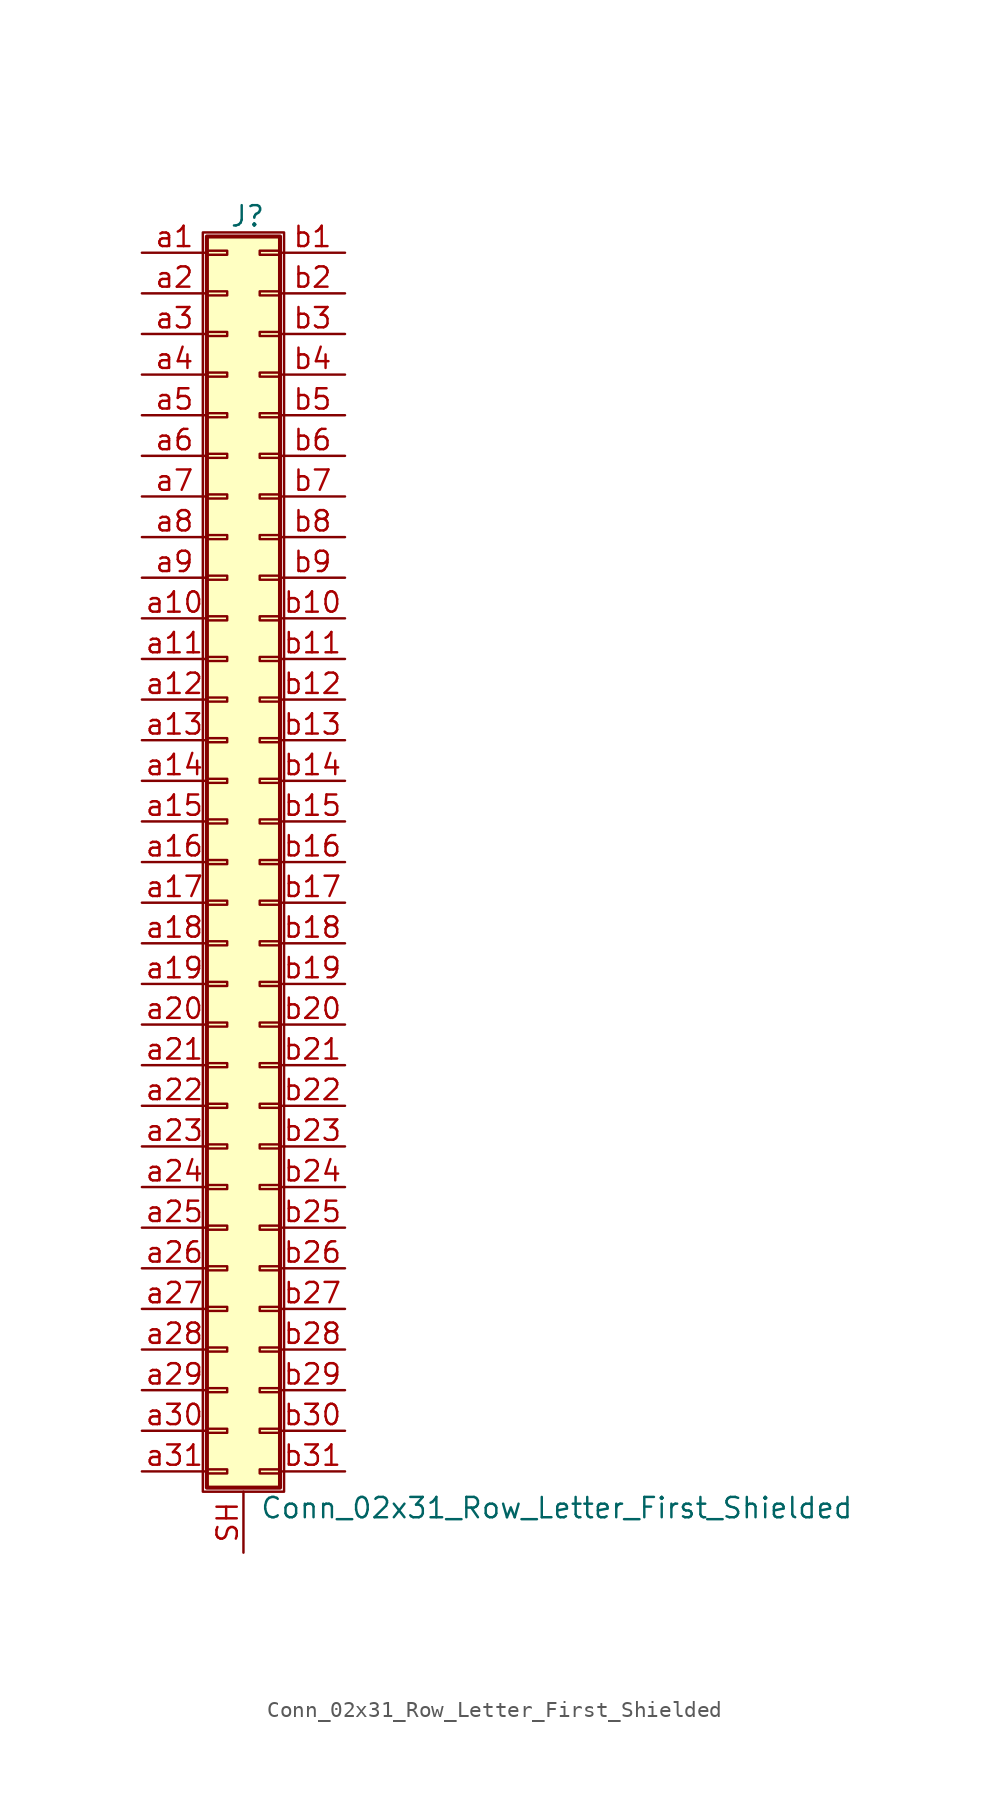
<source format=kicad_sym>
(kicad_symbol_lib
  (version 20201005)
  (generator kicad_symbol_editor)
  (symbol "Conn_02x31_Row_Letter_First_Shielded"
    (pin_names
      (offset 1.016) hide)
    (property "Reference" "J"
      (at 1.524 40.386 0)
      (effects (font (size 1.27 1.27))))
    (property "Value" "Conn_02x31_Row_Letter_First_Shielded"
      (at 2.286 -40.386 0)
      (effects (font (size 1.27 1.27)) (justify left)))
    (symbol "Conn_02x31_Row_Letter_First_Shielded_1_1"
      (rectangle (start -1.27 39.37) (end 3.81 -39.37) (stroke (width 0.152)) (fill (type none)))
      (rectangle (start -1.016 -37.973) (end 0.254 -38.227) (stroke (width 0.152)) (fill (type none)))
      (rectangle (start -1.016 -35.433) (end 0.254 -35.687) (stroke (width 0.152)) (fill (type none)))
      (rectangle (start -1.016 -32.893) (end 0.254 -33.147) (stroke (width 0.152)) (fill (type none)))
      (rectangle (start -1.016 -30.353) (end 0.254 -30.607) (stroke (width 0.152)) (fill (type none)))
      (rectangle (start -1.016 -27.813) (end 0.254 -28.067) (stroke (width 0.152)) (fill (type none)))
      (rectangle (start -1.016 -25.273) (end 0.254 -25.527) (stroke (width 0.152)) (fill (type none)))
      (rectangle (start -1.016 -22.733) (end 0.254 -22.987) (stroke (width 0.152)) (fill (type none)))
      (rectangle (start -1.016 -20.193) (end 0.254 -20.447) (stroke (width 0.152)) (fill (type none)))
      (rectangle (start -1.016 -17.653) (end 0.254 -17.907) (stroke (width 0.152)) (fill (type none)))
      (rectangle (start -1.016 -15.113) (end 0.254 -15.367) (stroke (width 0.152)) (fill (type none)))
      (rectangle (start -1.016 -12.573) (end 0.254 -12.827) (stroke (width 0.152)) (fill (type none)))
      (rectangle (start -1.016 -10.033) (end 0.254 -10.287) (stroke (width 0.152)) (fill (type none)))
      (rectangle (start -1.016 -7.493) (end 0.254 -7.747) (stroke (width 0.152)) (fill (type none)))
      (rectangle (start -1.016 -4.953) (end 0.254 -5.207) (stroke (width 0.152)) (fill (type none)))
      (rectangle (start -1.016 -2.413) (end 0.254 -2.667) (stroke (width 0.152)) (fill (type none)))
      (rectangle (start -1.016 0.127) (end 0.254 -0.127) (stroke (width 0.152)) (fill (type none)))
      (rectangle (start -1.016 2.667) (end 0.254 2.413) (stroke (width 0.152)) (fill (type none)))
      (rectangle (start -1.016 5.207) (end 0.254 4.953) (stroke (width 0.152)) (fill (type none)))
      (rectangle (start -1.016 7.747) (end 0.254 7.493) (stroke (width 0.152)) (fill (type none)))
      (rectangle (start -1.016 10.287) (end 0.254 10.033) (stroke (width 0.152)) (fill (type none)))
      (rectangle (start -1.016 12.827) (end 0.254 12.573) (stroke (width 0.152)) (fill (type none)))
      (rectangle (start -1.016 15.367) (end 0.254 15.113) (stroke (width 0.152)) (fill (type none)))
      (rectangle (start -1.016 17.907) (end 0.254 17.653) (stroke (width 0.152)) (fill (type none)))
      (rectangle (start -1.016 20.447) (end 0.254 20.193) (stroke (width 0.152)) (fill (type none)))
      (rectangle (start -1.016 22.987) (end 0.254 22.733) (stroke (width 0.152)) (fill (type none)))
      (rectangle (start -1.016 25.527) (end 0.254 25.273) (stroke (width 0.152)) (fill (type none)))
      (rectangle (start -1.016 28.067) (end 0.254 27.813) (stroke (width 0.152)) (fill (type none)))
      (rectangle (start -1.016 30.607) (end 0.254 30.353) (stroke (width 0.152)) (fill (type none)))
      (rectangle (start -1.016 33.147) (end 0.254 32.893) (stroke (width 0.152)) (fill (type none)))
      (rectangle (start -1.016 35.687) (end 0.254 35.433) (stroke (width 0.152)) (fill (type none)))
      (rectangle (start -1.016 38.227) (end 0.254 37.973) (stroke (width 0.152)) (fill (type none)))
      (rectangle (start -1.016 39.116) (end 3.556 -39.116) (stroke (width 0.254)) (fill (type background)))
      (rectangle (start 3.556 -37.973) (end 2.286 -38.227) (stroke (width 0.152)) (fill (type none)))
      (rectangle (start 3.556 -35.433) (end 2.286 -35.687) (stroke (width 0.152)) (fill (type none)))
      (rectangle (start 3.556 -32.893) (end 2.286 -33.147) (stroke (width 0.152)) (fill (type none)))
      (rectangle (start 3.556 -30.353) (end 2.286 -30.607) (stroke (width 0.152)) (fill (type none)))
      (rectangle (start 3.556 -27.813) (end 2.286 -28.067) (stroke (width 0.152)) (fill (type none)))
      (rectangle (start 3.556 -25.273) (end 2.286 -25.527) (stroke (width 0.152)) (fill (type none)))
      (rectangle (start 3.556 -22.733) (end 2.286 -22.987) (stroke (width 0.152)) (fill (type none)))
      (rectangle (start 3.556 -20.193) (end 2.286 -20.447) (stroke (width 0.152)) (fill (type none)))
      (rectangle (start 3.556 -17.653) (end 2.286 -17.907) (stroke (width 0.152)) (fill (type none)))
      (rectangle (start 3.556 -15.113) (end 2.286 -15.367) (stroke (width 0.152)) (fill (type none)))
      (rectangle (start 3.556 -12.573) (end 2.286 -12.827) (stroke (width 0.152)) (fill (type none)))
      (rectangle (start 3.556 -10.033) (end 2.286 -10.287) (stroke (width 0.152)) (fill (type none)))
      (rectangle (start 3.556 -7.493) (end 2.286 -7.747) (stroke (width 0.152)) (fill (type none)))
      (rectangle (start 3.556 -4.953) (end 2.286 -5.207) (stroke (width 0.152)) (fill (type none)))
      (rectangle (start 3.556 -2.413) (end 2.286 -2.667) (stroke (width 0.152)) (fill (type none)))
      (rectangle (start 3.556 0.127) (end 2.286 -0.127) (stroke (width 0.152)) (fill (type none)))
      (rectangle (start 3.556 2.667) (end 2.286 2.413) (stroke (width 0.152)) (fill (type none)))
      (rectangle (start 3.556 5.207) (end 2.286 4.953) (stroke (width 0.152)) (fill (type none)))
      (rectangle (start 3.556 7.747) (end 2.286 7.493) (stroke (width 0.152)) (fill (type none)))
      (rectangle (start 3.556 10.287) (end 2.286 10.033) (stroke (width 0.152)) (fill (type none)))
      (rectangle (start 3.556 12.827) (end 2.286 12.573) (stroke (width 0.152)) (fill (type none)))
      (rectangle (start 3.556 15.367) (end 2.286 15.113) (stroke (width 0.152)) (fill (type none)))
      (rectangle (start 3.556 17.907) (end 2.286 17.653) (stroke (width 0.152)) (fill (type none)))
      (rectangle (start 3.556 20.447) (end 2.286 20.193) (stroke (width 0.152)) (fill (type none)))
      (rectangle (start 3.556 22.987) (end 2.286 22.733) (stroke (width 0.152)) (fill (type none)))
      (rectangle (start 3.556 25.527) (end 2.286 25.273) (stroke (width 0.152)) (fill (type none)))
      (rectangle (start 3.556 28.067) (end 2.286 27.813) (stroke (width 0.152)) (fill (type none)))
      (rectangle (start 3.556 30.607) (end 2.286 30.353) (stroke (width 0.152)) (fill (type none)))
      (rectangle (start 3.556 33.147) (end 2.286 32.893) (stroke (width 0.152)) (fill (type none)))
      (rectangle (start 3.556 35.687) (end 2.286 35.433) (stroke (width 0.152)) (fill (type none)))
      (rectangle (start 3.556 38.227) (end 2.286 37.973) (stroke (width 0.152)) (fill (type none)))
      (pin passive line (at 1.27 -43.18 90) (length 3.81) (name "Shield" (effects (font (size 1.27 1.27)))) (number "SH" (effects (font (size 1.27 1.27)))))
      (pin passive line (at -5.08 38.1 0) (length 4.064) (name "Pin_a1" (effects (font (size 1.27 1.27)))) (number "a1" (effects (font (size 1.27 1.27)))))
      (pin passive line (at -5.08 15.24 0) (length 4.064) (name "Pin_a10" (effects (font (size 1.27 1.27)))) (number "a10" (effects (font (size 1.27 1.27)))))
      (pin passive line (at -5.08 12.7 0) (length 4.064) (name "Pin_a11" (effects (font (size 1.27 1.27)))) (number "a11" (effects (font (size 1.27 1.27)))))
      (pin passive line (at -5.08 10.16 0) (length 4.064) (name "Pin_a12" (effects (font (size 1.27 1.27)))) (number "a12" (effects (font (size 1.27 1.27)))))
      (pin passive line (at -5.08 7.62 0) (length 4.064) (name "Pin_a13" (effects (font (size 1.27 1.27)))) (number "a13" (effects (font (size 1.27 1.27)))))
      (pin passive line (at -5.08 5.08 0) (length 4.064) (name "Pin_a14" (effects (font (size 1.27 1.27)))) (number "a14" (effects (font (size 1.27 1.27)))))
      (pin passive line (at -5.08 2.54 0) (length 4.064) (name "Pin_a15" (effects (font (size 1.27 1.27)))) (number "a15" (effects (font (size 1.27 1.27)))))
      (pin passive line (at -5.08 0 0) (length 4.064) (name "Pin_a16" (effects (font (size 1.27 1.27)))) (number "a16" (effects (font (size 1.27 1.27)))))
      (pin passive line (at -5.08 -2.54 0) (length 4.064) (name "Pin_a17" (effects (font (size 1.27 1.27)))) (number "a17" (effects (font (size 1.27 1.27)))))
      (pin passive line (at -5.08 -5.08 0) (length 4.064) (name "Pin_a18" (effects (font (size 1.27 1.27)))) (number "a18" (effects (font (size 1.27 1.27)))))
      (pin passive line (at -5.08 -7.62 0) (length 4.064) (name "Pin_a19" (effects (font (size 1.27 1.27)))) (number "a19" (effects (font (size 1.27 1.27)))))
      (pin passive line (at -5.08 35.56 0) (length 4.064) (name "Pin_a2" (effects (font (size 1.27 1.27)))) (number "a2" (effects (font (size 1.27 1.27)))))
      (pin passive line (at -5.08 -10.16 0) (length 4.064) (name "Pin_a20" (effects (font (size 1.27 1.27)))) (number "a20" (effects (font (size 1.27 1.27)))))
      (pin passive line (at -5.08 -12.7 0) (length 4.064) (name "Pin_a21" (effects (font (size 1.27 1.27)))) (number "a21" (effects (font (size 1.27 1.27)))))
      (pin passive line (at -5.08 -15.24 0) (length 4.064) (name "Pin_a22" (effects (font (size 1.27 1.27)))) (number "a22" (effects (font (size 1.27 1.27)))))
      (pin passive line (at -5.08 -17.78 0) (length 4.064) (name "Pin_a23" (effects (font (size 1.27 1.27)))) (number "a23" (effects (font (size 1.27 1.27)))))
      (pin passive line (at -5.08 -20.32 0) (length 4.064) (name "Pin_a24" (effects (font (size 1.27 1.27)))) (number "a24" (effects (font (size 1.27 1.27)))))
      (pin passive line (at -5.08 -22.86 0) (length 4.064) (name "Pin_a25" (effects (font (size 1.27 1.27)))) (number "a25" (effects (font (size 1.27 1.27)))))
      (pin passive line (at -5.08 -25.4 0) (length 4.064) (name "Pin_a26" (effects (font (size 1.27 1.27)))) (number "a26" (effects (font (size 1.27 1.27)))))
      (pin passive line (at -5.08 -27.94 0) (length 4.064) (name "Pin_a27" (effects (font (size 1.27 1.27)))) (number "a27" (effects (font (size 1.27 1.27)))))
      (pin passive line (at -5.08 -30.48 0) (length 4.064) (name "Pin_a28" (effects (font (size 1.27 1.27)))) (number "a28" (effects (font (size 1.27 1.27)))))
      (pin passive line (at -5.08 -33.02 0) (length 4.064) (name "Pin_a29" (effects (font (size 1.27 1.27)))) (number "a29" (effects (font (size 1.27 1.27)))))
      (pin passive line (at -5.08 33.02 0) (length 4.064) (name "Pin_a3" (effects (font (size 1.27 1.27)))) (number "a3" (effects (font (size 1.27 1.27)))))
      (pin passive line (at -5.08 -35.56 0) (length 4.064) (name "Pin_a30" (effects (font (size 1.27 1.27)))) (number "a30" (effects (font (size 1.27 1.27)))))
      (pin passive line (at -5.08 -38.1 0) (length 4.064) (name "Pin_a31" (effects (font (size 1.27 1.27)))) (number "a31" (effects (font (size 1.27 1.27)))))
      (pin passive line (at -5.08 30.48 0) (length 4.064) (name "Pin_a4" (effects (font (size 1.27 1.27)))) (number "a4" (effects (font (size 1.27 1.27)))))
      (pin passive line (at -5.08 27.94 0) (length 4.064) (name "Pin_a5" (effects (font (size 1.27 1.27)))) (number "a5" (effects (font (size 1.27 1.27)))))
      (pin passive line (at -5.08 25.4 0) (length 4.064) (name "Pin_a6" (effects (font (size 1.27 1.27)))) (number "a6" (effects (font (size 1.27 1.27)))))
      (pin passive line (at -5.08 22.86 0) (length 4.064) (name "Pin_a7" (effects (font (size 1.27 1.27)))) (number "a7" (effects (font (size 1.27 1.27)))))
      (pin passive line (at -5.08 20.32 0) (length 4.064) (name "Pin_a8" (effects (font (size 1.27 1.27)))) (number "a8" (effects (font (size 1.27 1.27)))))
      (pin passive line (at -5.08 17.78 0) (length 4.064) (name "Pin_a9" (effects (font (size 1.27 1.27)))) (number "a9" (effects (font (size 1.27 1.27)))))
      (pin passive line (at 7.62 38.1 180) (length 4.064) (name "Pin_b1" (effects (font (size 1.27 1.27)))) (number "b1" (effects (font (size 1.27 1.27)))))
      (pin passive line (at 7.62 15.24 180) (length 4.064) (name "Pin_b10" (effects (font (size 1.27 1.27)))) (number "b10" (effects (font (size 1.27 1.27)))))
      (pin passive line (at 7.62 12.7 180) (length 4.064) (name "Pin_b11" (effects (font (size 1.27 1.27)))) (number "b11" (effects (font (size 1.27 1.27)))))
      (pin passive line (at 7.62 10.16 180) (length 4.064) (name "Pin_b12" (effects (font (size 1.27 1.27)))) (number "b12" (effects (font (size 1.27 1.27)))))
      (pin passive line (at 7.62 7.62 180) (length 4.064) (name "Pin_b13" (effects (font (size 1.27 1.27)))) (number "b13" (effects (font (size 1.27 1.27)))))
      (pin passive line (at 7.62 5.08 180) (length 4.064) (name "Pin_b14" (effects (font (size 1.27 1.27)))) (number "b14" (effects (font (size 1.27 1.27)))))
      (pin passive line (at 7.62 2.54 180) (length 4.064) (name "Pin_b15" (effects (font (size 1.27 1.27)))) (number "b15" (effects (font (size 1.27 1.27)))))
      (pin passive line (at 7.62 0 180) (length 4.064) (name "Pin_b16" (effects (font (size 1.27 1.27)))) (number "b16" (effects (font (size 1.27 1.27)))))
      (pin passive line (at 7.62 -2.54 180) (length 4.064) (name "Pin_b17" (effects (font (size 1.27 1.27)))) (number "b17" (effects (font (size 1.27 1.27)))))
      (pin passive line (at 7.62 -5.08 180) (length 4.064) (name "Pin_b18" (effects (font (size 1.27 1.27)))) (number "b18" (effects (font (size 1.27 1.27)))))
      (pin passive line (at 7.62 -7.62 180) (length 4.064) (name "Pin_b19" (effects (font (size 1.27 1.27)))) (number "b19" (effects (font (size 1.27 1.27)))))
      (pin passive line (at 7.62 35.56 180) (length 4.064) (name "Pin_b2" (effects (font (size 1.27 1.27)))) (number "b2" (effects (font (size 1.27 1.27)))))
      (pin passive line (at 7.62 -10.16 180) (length 4.064) (name "Pin_b20" (effects (font (size 1.27 1.27)))) (number "b20" (effects (font (size 1.27 1.27)))))
      (pin passive line (at 7.62 -12.7 180) (length 4.064) (name "Pin_b21" (effects (font (size 1.27 1.27)))) (number "b21" (effects (font (size 1.27 1.27)))))
      (pin passive line (at 7.62 -15.24 180) (length 4.064) (name "Pin_b22" (effects (font (size 1.27 1.27)))) (number "b22" (effects (font (size 1.27 1.27)))))
      (pin passive line (at 7.62 -17.78 180) (length 4.064) (name "Pin_b23" (effects (font (size 1.27 1.27)))) (number "b23" (effects (font (size 1.27 1.27)))))
      (pin passive line (at 7.62 -20.32 180) (length 4.064) (name "Pin_b24" (effects (font (size 1.27 1.27)))) (number "b24" (effects (font (size 1.27 1.27)))))
      (pin passive line (at 7.62 -22.86 180) (length 4.064) (name "Pin_b25" (effects (font (size 1.27 1.27)))) (number "b25" (effects (font (size 1.27 1.27)))))
      (pin passive line (at 7.62 -25.4 180) (length 4.064) (name "Pin_b26" (effects (font (size 1.27 1.27)))) (number "b26" (effects (font (size 1.27 1.27)))))
      (pin passive line (at 7.62 -27.94 180) (length 4.064) (name "Pin_b27" (effects (font (size 1.27 1.27)))) (number "b27" (effects (font (size 1.27 1.27)))))
      (pin passive line (at 7.62 -30.48 180) (length 4.064) (name "Pin_b28" (effects (font (size 1.27 1.27)))) (number "b28" (effects (font (size 1.27 1.27)))))
      (pin passive line (at 7.62 -33.02 180) (length 4.064) (name "Pin_b29" (effects (font (size 1.27 1.27)))) (number "b29" (effects (font (size 1.27 1.27)))))
      (pin passive line (at 7.62 33.02 180) (length 4.064) (name "Pin_b3" (effects (font (size 1.27 1.27)))) (number "b3" (effects (font (size 1.27 1.27)))))
      (pin passive line (at 7.62 -35.56 180) (length 4.064) (name "Pin_b30" (effects (font (size 1.27 1.27)))) (number "b30" (effects (font (size 1.27 1.27)))))
      (pin passive line (at 7.62 -38.1 180) (length 4.064) (name "Pin_b31" (effects (font (size 1.27 1.27)))) (number "b31" (effects (font (size 1.27 1.27)))))
      (pin passive line (at 7.62 30.48 180) (length 4.064) (name "Pin_b4" (effects (font (size 1.27 1.27)))) (number "b4" (effects (font (size 1.27 1.27)))))
      (pin passive line (at 7.62 27.94 180) (length 4.064) (name "Pin_b5" (effects (font (size 1.27 1.27)))) (number "b5" (effects (font (size 1.27 1.27)))))
      (pin passive line (at 7.62 25.4 180) (length 4.064) (name "Pin_b6" (effects (font (size 1.27 1.27)))) (number "b6" (effects (font (size 1.27 1.27)))))
      (pin passive line (at 7.62 22.86 180) (length 4.064) (name "Pin_b7" (effects (font (size 1.27 1.27)))) (number "b7" (effects (font (size 1.27 1.27)))))
      (pin passive line (at 7.62 20.32 180) (length 4.064) (name "Pin_b8" (effects (font (size 1.27 1.27)))) (number "b8" (effects (font (size 1.27 1.27)))))
      (pin passive line (at 7.62 17.78 180) (length 4.064) (name "Pin_b9" (effects (font (size 1.27 1.27)))) (number "b9" (effects (font (size 1.27 1.27))))))))
</source>
